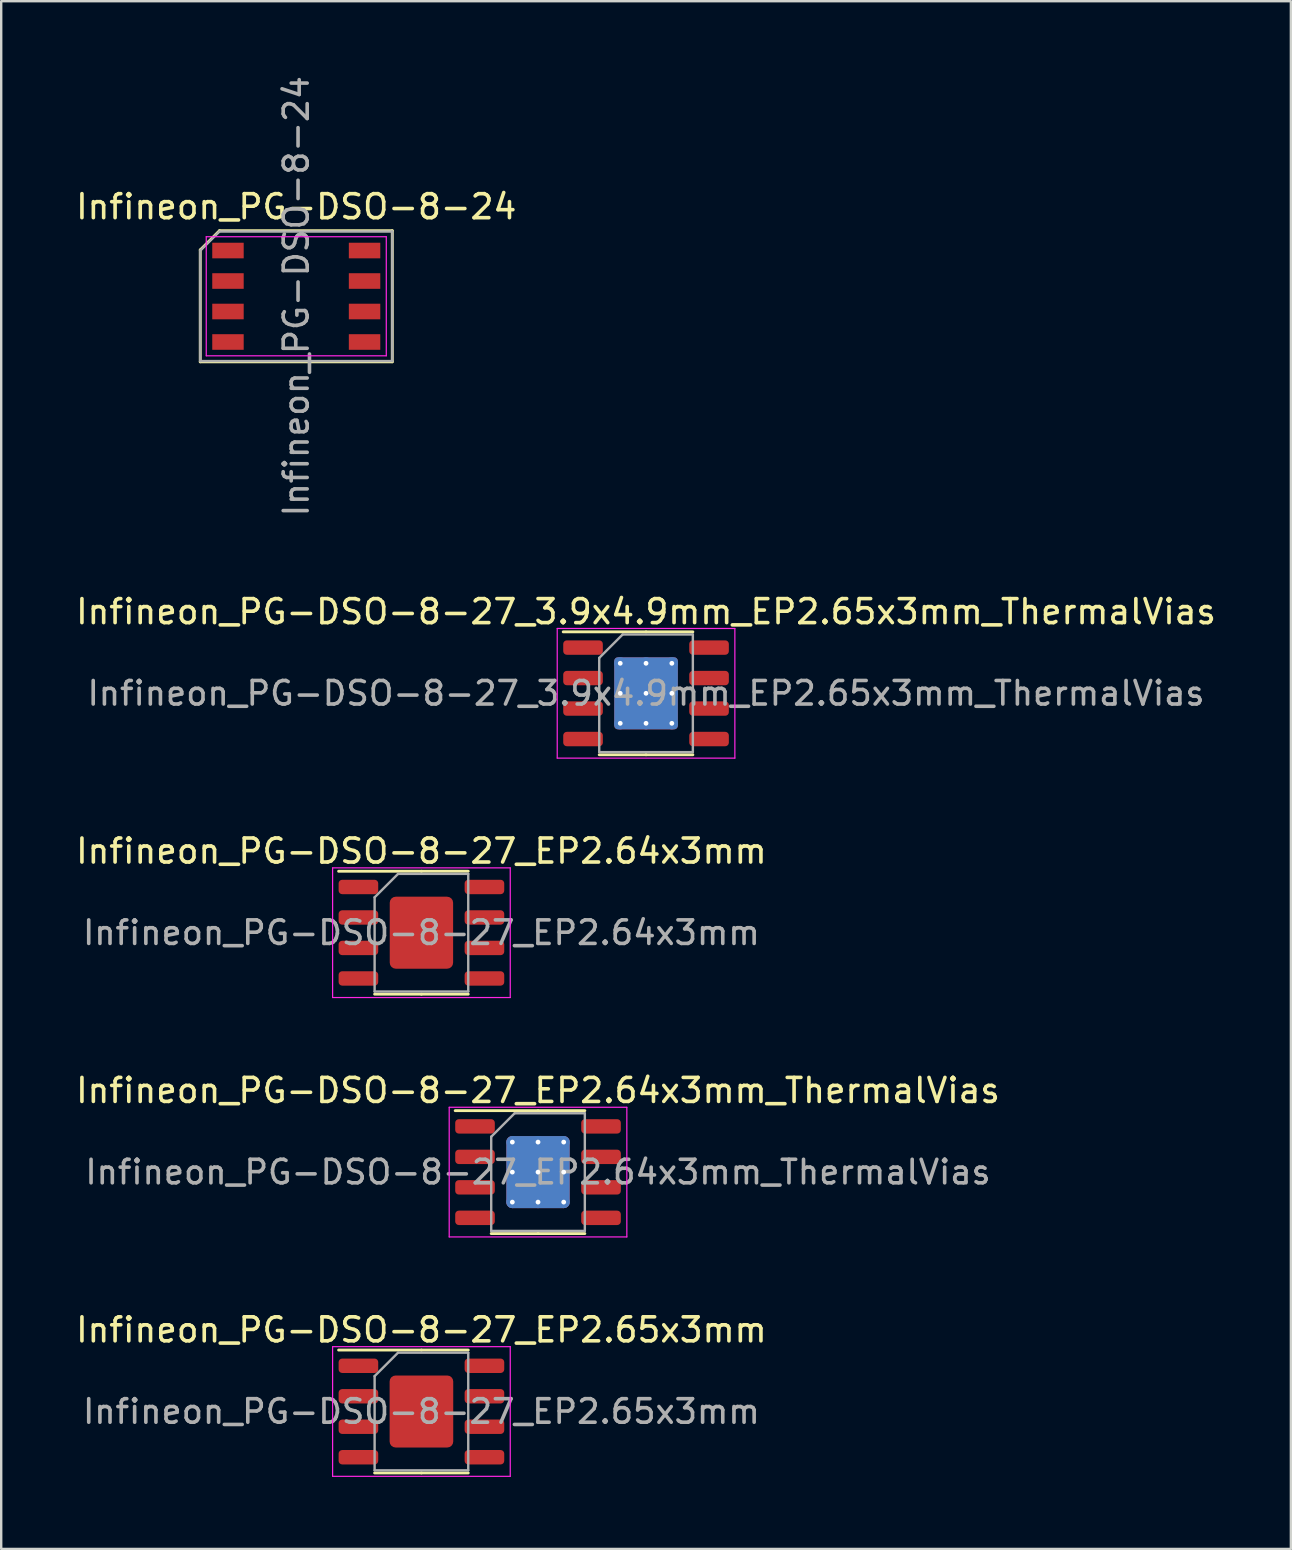
<source format=kicad_pcb>
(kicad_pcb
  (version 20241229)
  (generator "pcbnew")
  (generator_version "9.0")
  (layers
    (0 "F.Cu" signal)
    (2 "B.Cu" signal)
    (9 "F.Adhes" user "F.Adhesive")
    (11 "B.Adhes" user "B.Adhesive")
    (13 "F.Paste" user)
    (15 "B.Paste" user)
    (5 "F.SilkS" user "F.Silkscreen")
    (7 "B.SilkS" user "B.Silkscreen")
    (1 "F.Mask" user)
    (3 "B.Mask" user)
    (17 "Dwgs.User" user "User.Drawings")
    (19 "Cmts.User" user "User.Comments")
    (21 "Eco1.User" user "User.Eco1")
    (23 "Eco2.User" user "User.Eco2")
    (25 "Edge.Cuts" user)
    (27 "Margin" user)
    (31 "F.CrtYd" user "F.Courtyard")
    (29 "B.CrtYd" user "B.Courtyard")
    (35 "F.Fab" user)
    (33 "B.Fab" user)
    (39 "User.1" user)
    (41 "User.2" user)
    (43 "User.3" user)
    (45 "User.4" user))
  (footprint "Infineon_PG-DSO-8-27_EP2.64x3mm_ThermalVias"
    (layer "F.Cu")
    (at 19.363 45.778)
    (property "Reference" "Infineon_PG-DSO-8-27_EP2.64x3mm_ThermalVias" (at 0 -3.4 0) (layer "F.SilkS") (effects (font (size 1 1) (thickness 0.15))))
    (attr smd)
    (fp_line (start 0 -2.56) (end -3.45 -2.56) (stroke (width 0.12) (type solid)) (layer "F.SilkS"))
    (fp_line (start 0 -2.56) (end 1.95 -2.56) (stroke (width 0.12) (type solid)) (layer "F.SilkS"))
    (fp_line (start 0 2.56) (end -1.95 2.56) (stroke (width 0.12) (type solid)) (layer "F.SilkS"))
    (fp_line (start 0 2.56) (end 1.95 2.56) (stroke (width 0.12) (type solid)) (layer "F.SilkS"))
    (fp_line (start -3.7 -2.7) (end -3.7 2.7) (stroke (width 0.05) (type solid)) (layer "F.CrtYd"))
    (fp_line (start -3.7 2.7) (end 3.7 2.7) (stroke (width 0.05) (type solid)) (layer "F.CrtYd"))
    (fp_line (start 3.7 -2.7) (end -3.7 -2.7) (stroke (width 0.05) (type solid)) (layer "F.CrtYd"))
    (fp_line (start 3.7 2.7) (end 3.7 -2.7) (stroke (width 0.05) (type solid)) (layer "F.CrtYd"))
    (fp_line (start -1.95 -1.475) (end -0.975 -2.45) (stroke (width 0.1) (type solid)) (layer "F.Fab"))
    (fp_line (start -1.95 2.45) (end -1.95 -1.475) (stroke (width 0.1) (type solid)) (layer "F.Fab"))
    (fp_line (start -0.975 -2.45) (end 1.95 -2.45) (stroke (width 0.1) (type solid)) (layer "F.Fab"))
    (fp_line (start 1.95 -2.45) (end 1.95 2.45) (stroke (width 0.1) (type solid)) (layer "F.Fab"))
    (fp_line (start 1.95 2.45) (end -1.95 2.45) (stroke (width 0.1) (type solid)) (layer "F.Fab"))
    (fp_text user "${REFERENCE}" (at 0 0 0) (layer "F.Fab") (effects (font (size 0.98 0.98) (thickness 0.15))))
    (pad "" smd roundrect (at -0.66 -0.75) (size 1.1 1.25) (layers "F.Paste") (roundrect_rratio 0.227))
    (pad "" smd roundrect (at -0.66 0.75) (size 1.1 1.25) (layers "F.Paste") (roundrect_rratio 0.227))
    (pad "" smd roundrect (at 0.66 -0.75) (size 1.1 1.25) (layers "F.Paste") (roundrect_rratio 0.227))
    (pad "" smd roundrect (at 0.66 0.75) (size 1.1 1.25) (layers "F.Paste") (roundrect_rratio 0.227))
    (pad "1" smd roundrect (at -2.625 -1.905) (size 1.65 0.6) (layers "F.Cu" "F.Mask" "F.Paste") (roundrect_rratio 0.25))
    (pad "2" smd roundrect (at -2.625 -0.635) (size 1.65 0.6) (layers "F.Cu" "F.Mask" "F.Paste") (roundrect_rratio 0.25))
    (pad "3" smd roundrect (at -2.625 0.635) (size 1.65 0.6) (layers "F.Cu" "F.Mask" "F.Paste") (roundrect_rratio 0.25))
    (pad "4" smd roundrect (at -2.625 1.905) (size 1.65 0.6) (layers "F.Cu" "F.Mask" "F.Paste") (roundrect_rratio 0.25))
    (pad "5" smd roundrect (at 2.625 1.905) (size 1.65 0.6) (layers "F.Cu" "F.Mask" "F.Paste") (roundrect_rratio 0.25))
    (pad "6" smd roundrect (at 2.625 0.635) (size 1.65 0.6) (layers "F.Cu" "F.Mask" "F.Paste") (roundrect_rratio 0.25))
    (pad "7" smd roundrect (at 2.625 -0.635) (size 1.65 0.6) (layers "F.Cu" "F.Mask" "F.Paste") (roundrect_rratio 0.25))
    (pad "8" smd roundrect (at 2.625 -1.905) (size 1.65 0.6) (layers "F.Cu" "F.Mask" "F.Paste") (roundrect_rratio 0.25))
    (pad "9" thru_hole circle (at -1.07 -1.25) (size 0.5 0.5) (drill 0.2) (layers "*.Cu"))
    (pad "9" thru_hole circle (at -1.07 0) (size 0.5 0.5) (drill 0.2) (layers "*.Cu"))
    (pad "9" thru_hole circle (at -1.07 1.25) (size 0.5 0.5) (drill 0.2) (layers "*.Cu"))
    (pad "9" thru_hole circle (at 0 -1.25) (size 0.5 0.5) (drill 0.2) (layers "*.Cu"))
    (pad "9" thru_hole circle (at 0 0) (size 0.5 0.5) (drill 0.2) (layers "*.Cu"))
    (pad "9" smd roundrect (at 0 0) (size 2.64 3) (layers "F.Cu" "F.Mask") (roundrect_rratio 0.095))
    (pad "9" smd roundrect (at 0 0) (size 2.64 3) (layers "B.Cu") (roundrect_rratio 0.095))
    (pad "9" thru_hole circle (at 0 1.25) (size 0.5 0.5) (drill 0.2) (layers "*.Cu"))
    (pad "9" thru_hole circle (at 1.07 -1.25) (size 0.5 0.5) (drill 0.2) (layers "*.Cu"))
    (pad "9" thru_hole circle (at 1.07 0) (size 0.5 0.5) (drill 0.2) (layers "*.Cu"))
    (pad "9" thru_hole circle (at 1.07 1.25) (size 0.5 0.5) (drill 0.2) (layers "*.Cu")))
  (footprint "Infineon_PG-DSO-8-27_3.9x4.9mm_EP2.65x3mm_ThermalVias"
    (layer "F.Cu")
    (at 23.863 25.832)
    (property "Reference" "Infineon_PG-DSO-8-27_3.9x4.9mm_EP2.65x3mm_ThermalVias" (at 0 -3.4 0) (layer "F.SilkS") (effects (font (size 1 1) (thickness 0.15))))
    (attr smd)
    (fp_line (start 0 -2.56) (end -3.45 -2.56) (stroke (width 0.12) (type solid)) (layer "F.SilkS"))
    (fp_line (start 0 -2.56) (end 1.95 -2.56) (stroke (width 0.12) (type solid)) (layer "F.SilkS"))
    (fp_line (start 0 2.56) (end -1.95 2.56) (stroke (width 0.12) (type solid)) (layer "F.SilkS"))
    (fp_line (start 0 2.56) (end 1.95 2.56) (stroke (width 0.12) (type solid)) (layer "F.SilkS"))
    (fp_line (start -3.7 -2.7) (end -3.7 2.7) (stroke (width 0.05) (type solid)) (layer "F.CrtYd"))
    (fp_line (start -3.7 2.7) (end 3.7 2.7) (stroke (width 0.05) (type solid)) (layer "F.CrtYd"))
    (fp_line (start 3.7 -2.7) (end -3.7 -2.7) (stroke (width 0.05) (type solid)) (layer "F.CrtYd"))
    (fp_line (start 3.7 2.7) (end 3.7 -2.7) (stroke (width 0.05) (type solid)) (layer "F.CrtYd"))
    (fp_line (start -1.95 -1.475) (end -0.975 -2.45) (stroke (width 0.1) (type solid)) (layer "F.Fab"))
    (fp_line (start -1.95 2.45) (end -1.95 -1.475) (stroke (width 0.1) (type solid)) (layer "F.Fab"))
    (fp_line (start -0.975 -2.45) (end 1.95 -2.45) (stroke (width 0.1) (type solid)) (layer "F.Fab"))
    (fp_line (start 1.95 -2.45) (end 1.95 2.45) (stroke (width 0.1) (type solid)) (layer "F.Fab"))
    (fp_line (start 1.95 2.45) (end -1.95 2.45) (stroke (width 0.1) (type solid)) (layer "F.Fab"))
    (fp_text user "${REFERENCE}" (at 0 0 0) (layer "F.Fab") (effects (font (size 0.98 0.98) (thickness 0.15))))
    (pad "" smd roundrect (at -0.66 -0.75) (size 1.11 1.25) (layers "F.Paste") (roundrect_rratio 0.225))
    (pad "" smd roundrect (at -0.66 0.75) (size 1.11 1.25) (layers "F.Paste") (roundrect_rratio 0.225))
    (pad "" smd roundrect (at 0.66 -0.75) (size 1.11 1.25) (layers "F.Paste") (roundrect_rratio 0.225))
    (pad "" smd roundrect (at 0.66 0.75) (size 1.11 1.25) (layers "F.Paste") (roundrect_rratio 0.225))
    (pad "1" smd roundrect (at -2.625 -1.905) (size 1.65 0.6) (layers "F.Cu" "F.Mask" "F.Paste") (roundrect_rratio 0.25))
    (pad "2" smd roundrect (at -2.625 -0.635) (size 1.65 0.6) (layers "F.Cu" "F.Mask" "F.Paste") (roundrect_rratio 0.25))
    (pad "3" smd roundrect (at -2.625 0.635) (size 1.65 0.6) (layers "F.Cu" "F.Mask" "F.Paste") (roundrect_rratio 0.25))
    (pad "4" smd roundrect (at -2.625 1.905) (size 1.65 0.6) (layers "F.Cu" "F.Mask" "F.Paste") (roundrect_rratio 0.25))
    (pad "5" smd roundrect (at 2.625 1.905) (size 1.65 0.6) (layers "F.Cu" "F.Mask" "F.Paste") (roundrect_rratio 0.25))
    (pad "6" smd roundrect (at 2.625 0.635) (size 1.65 0.6) (layers "F.Cu" "F.Mask" "F.Paste") (roundrect_rratio 0.25))
    (pad "7" smd roundrect (at 2.625 -0.635) (size 1.65 0.6) (layers "F.Cu" "F.Mask" "F.Paste") (roundrect_rratio 0.25))
    (pad "8" smd roundrect (at 2.625 -1.905) (size 1.65 0.6) (layers "F.Cu" "F.Mask" "F.Paste") (roundrect_rratio 0.25))
    (pad "9" thru_hole circle (at -1.075 -1.25) (size 0.5 0.5) (drill 0.2) (layers "*.Cu"))
    (pad "9" thru_hole circle (at -1.075 0) (size 0.5 0.5) (drill 0.2) (layers "*.Cu"))
    (pad "9" thru_hole circle (at -1.075 1.25) (size 0.5 0.5) (drill 0.2) (layers "*.Cu"))
    (pad "9" thru_hole circle (at 0 -1.25) (size 0.5 0.5) (drill 0.2) (layers "*.Cu"))
    (pad "9" thru_hole circle (at 0 0) (size 0.5 0.5) (drill 0.2) (layers "*.Cu"))
    (pad "9" smd roundrect (at 0 0) (size 2.65 3) (layers "F.Cu" "F.Mask") (roundrect_rratio 0.057))
    (pad "9" smd roundrect (at 0 0) (size 2.65 3) (layers "B.Cu") (roundrect_rratio 0.057))
    (pad "9" thru_hole circle (at 0 1.25) (size 0.5 0.5) (drill 0.2) (layers "*.Cu"))
    (pad "9" thru_hole circle (at 1.075 -1.25) (size 0.5 0.5) (drill 0.2) (layers "*.Cu"))
    (pad "9" thru_hole circle (at 1.075 0) (size 0.5 0.5) (drill 0.2) (layers "*.Cu"))
    (pad "9" thru_hole circle (at 1.075 1.25) (size 0.5 0.5) (drill 0.2) (layers "*.Cu")))
  (footprint "Infineon_PG-DSO-8-24"
    (layer "F.Cu")
    (at 9.292 9.292)
    (property "Reference" "Infineon_PG-DSO-8-24" (at 0 -3.73 0) (layer "F.SilkS") (effects (font (size 1 1) (thickness 0.15))))
    (attr smd)
    (fp_line (start -4 -1.93) (end -3.2 -2.73) (stroke (width 0.12) (type solid)) (layer "F.SilkS"))
    (fp_line (start -4 2.73) (end -4 -1.93) (stroke (width 0.12) (type solid)) (layer "F.SilkS"))
    (fp_line (start -3.2 -2.73) (end 4 -2.73) (stroke (width 0.12) (type solid)) (layer "F.SilkS"))
    (fp_line (start 4 -2.73) (end 4 2.73) (stroke (width 0.12) (type solid)) (layer "F.SilkS"))
    (fp_line (start 4 2.73) (end -4 2.73) (stroke (width 0.12) (type solid)) (layer "F.SilkS"))
    (fp_line (start -3.75 -2.48) (end 3.75 -2.48) (stroke (width 0.05) (type solid)) (layer "F.CrtYd"))
    (fp_line (start -3.75 2.48) (end -3.75 -2.48) (stroke (width 0.05) (type solid)) (layer "F.CrtYd"))
    (fp_line (start 3.75 -2.48) (end 3.75 2.48) (stroke (width 0.05) (type solid)) (layer "F.CrtYd"))
    (fp_line (start 3.75 2.48) (end -3.75 2.48) (stroke (width 0.05) (type solid)) (layer "F.CrtYd"))
    (fp_line (start -4 -1.9) (end -3.2 -2.7) (stroke (width 0.1) (type solid)) (layer "F.Fab"))
    (fp_line (start -4 2.7) (end -4 -1.9) (stroke (width 0.1) (type solid)) (layer "F.Fab"))
    (fp_line (start -3.2 -2.7) (end 4 -2.7) (stroke (width 0.1) (type solid)) (layer "F.Fab"))
    (fp_line (start 4 -2.7) (end 4 2.7) (stroke (width 0.1) (type solid)) (layer "F.Fab"))
    (fp_line (start 4 2.7) (end -4 2.7) (stroke (width 0.1) (type solid)) (layer "F.Fab"))
    (fp_text user "${REFERENCE}" (at 0 0 270) (layer "F.Fab") (effects (font (size 1 1) (thickness 0.15))))
    (pad "1" smd rect (at -2.845 -1.905 270) (size 0.65 1.31) (layers "F.Cu" "F.Mask" "F.Paste"))
    (pad "2" smd rect (at -2.845 -0.635 270) (size 0.65 1.31) (layers "F.Cu" "F.Mask" "F.Paste"))
    (pad "3" smd rect (at -2.845 0.635 270) (size 0.65 1.31) (layers "F.Cu" "F.Mask" "F.Paste"))
    (pad "4" smd rect (at -2.845 1.905 270) (size 0.65 1.31) (layers "F.Cu" "F.Mask" "F.Paste"))
    (pad "5" smd rect (at 2.845 1.905 270) (size 0.65 1.31) (layers "F.Cu" "F.Mask" "F.Paste"))
    (pad "6" smd rect (at 2.845 0.635 270) (size 0.65 1.31) (layers "F.Cu" "F.Mask" "F.Paste"))
    (pad "7" smd rect (at 2.845 -0.635 270) (size 0.65 1.31) (layers "F.Cu" "F.Mask" "F.Paste"))
    (pad "8" smd rect (at 2.845 -1.905 270) (size 0.65 1.31) (layers "F.Cu" "F.Mask" "F.Paste")))
  (footprint "Infineon_PG-DSO-8-27_EP2.65x3mm"
    (layer "F.Cu")
    (at 14.506 55.751)
    (property "Reference" "Infineon_PG-DSO-8-27_EP2.65x3mm" (at 0 -3.4 0) (layer "F.SilkS") (effects (font (size 1 1) (thickness 0.15))))
    (attr smd)
    (fp_line (start 0 -2.56) (end -3.45 -2.56) (stroke (width 0.12) (type solid)) (layer "F.SilkS"))
    (fp_line (start 0 -2.56) (end 1.95 -2.56) (stroke (width 0.12) (type solid)) (layer "F.SilkS"))
    (fp_line (start 0 2.56) (end -1.95 2.56) (stroke (width 0.12) (type solid)) (layer "F.SilkS"))
    (fp_line (start 0 2.56) (end 1.95 2.56) (stroke (width 0.12) (type solid)) (layer "F.SilkS"))
    (fp_line (start -3.7 -2.7) (end -3.7 2.7) (stroke (width 0.05) (type solid)) (layer "F.CrtYd"))
    (fp_line (start -3.7 2.7) (end 3.7 2.7) (stroke (width 0.05) (type solid)) (layer "F.CrtYd"))
    (fp_line (start 3.7 -2.7) (end -3.7 -2.7) (stroke (width 0.05) (type solid)) (layer "F.CrtYd"))
    (fp_line (start 3.7 2.7) (end 3.7 -2.7) (stroke (width 0.05) (type solid)) (layer "F.CrtYd"))
    (fp_line (start -1.95 -1.475) (end -0.975 -2.45) (stroke (width 0.1) (type solid)) (layer "F.Fab"))
    (fp_line (start -1.95 2.45) (end -1.95 -1.475) (stroke (width 0.1) (type solid)) (layer "F.Fab"))
    (fp_line (start -0.975 -2.45) (end 1.95 -2.45) (stroke (width 0.1) (type solid)) (layer "F.Fab"))
    (fp_line (start 1.95 -2.45) (end 1.95 2.45) (stroke (width 0.1) (type solid)) (layer "F.Fab"))
    (fp_line (start 1.95 2.45) (end -1.95 2.45) (stroke (width 0.1) (type solid)) (layer "F.Fab"))
    (fp_text user "${REFERENCE}" (at 0 0 0) (layer "F.Fab") (effects (font (size 0.98 0.98) (thickness 0.15))))
    (pad "" smd roundrect (at -0.66 -0.75) (size 1.07 1.21) (layers "F.Paste") (roundrect_rratio 0.234))
    (pad "" smd roundrect (at -0.66 0.75) (size 1.07 1.21) (layers "F.Paste") (roundrect_rratio 0.234))
    (pad "" smd roundrect (at 0.66 -0.75) (size 1.07 1.21) (layers "F.Paste") (roundrect_rratio 0.234))
    (pad "" smd roundrect (at 0.66 0.75) (size 1.07 1.21) (layers "F.Paste") (roundrect_rratio 0.234))
    (pad "1" smd roundrect (at -2.625 -1.905) (size 1.65 0.6) (layers "F.Cu" "F.Mask" "F.Paste") (roundrect_rratio 0.25))
    (pad "2" smd roundrect (at -2.625 -0.635) (size 1.65 0.6) (layers "F.Cu" "F.Mask" "F.Paste") (roundrect_rratio 0.25))
    (pad "3" smd roundrect (at -2.625 0.635) (size 1.65 0.6) (layers "F.Cu" "F.Mask" "F.Paste") (roundrect_rratio 0.25))
    (pad "4" smd roundrect (at -2.625 1.905) (size 1.65 0.6) (layers "F.Cu" "F.Mask" "F.Paste") (roundrect_rratio 0.25))
    (pad "5" smd roundrect (at 2.625 1.905) (size 1.65 0.6) (layers "F.Cu" "F.Mask" "F.Paste") (roundrect_rratio 0.25))
    (pad "6" smd roundrect (at 2.625 0.635) (size 1.65 0.6) (layers "F.Cu" "F.Mask" "F.Paste") (roundrect_rratio 0.25))
    (pad "7" smd roundrect (at 2.625 -0.635) (size 1.65 0.6) (layers "F.Cu" "F.Mask" "F.Paste") (roundrect_rratio 0.25))
    (pad "8" smd roundrect (at 2.625 -1.905) (size 1.65 0.6) (layers "F.Cu" "F.Mask" "F.Paste") (roundrect_rratio 0.25))
    (pad "9" smd roundrect (at 0 0) (size 2.65 3) (layers "F.Cu" "F.Mask") (roundrect_rratio 0.094)))
  (footprint "Infineon_PG-DSO-8-27_EP2.64x3mm"
    (layer "F.Cu")
    (at 14.506 35.805)
    (property "Reference" "Infineon_PG-DSO-8-27_EP2.64x3mm" (at 0 -3.4 0) (layer "F.SilkS") (effects (font (size 1 1) (thickness 0.15))))
    (attr smd)
    (fp_line (start 0 -2.56) (end -3.45 -2.56) (stroke (width 0.12) (type solid)) (layer "F.SilkS"))
    (fp_line (start 0 -2.56) (end 1.95 -2.56) (stroke (width 0.12) (type solid)) (layer "F.SilkS"))
    (fp_line (start 0 2.56) (end -1.95 2.56) (stroke (width 0.12) (type solid)) (layer "F.SilkS"))
    (fp_line (start 0 2.56) (end 1.95 2.56) (stroke (width 0.12) (type solid)) (layer "F.SilkS"))
    (fp_line (start -3.7 -2.7) (end -3.7 2.7) (stroke (width 0.05) (type solid)) (layer "F.CrtYd"))
    (fp_line (start -3.7 2.7) (end 3.7 2.7) (stroke (width 0.05) (type solid)) (layer "F.CrtYd"))
    (fp_line (start 3.7 -2.7) (end -3.7 -2.7) (stroke (width 0.05) (type solid)) (layer "F.CrtYd"))
    (fp_line (start 3.7 2.7) (end 3.7 -2.7) (stroke (width 0.05) (type solid)) (layer "F.CrtYd"))
    (fp_line (start -1.95 -1.475) (end -0.975 -2.45) (stroke (width 0.1) (type solid)) (layer "F.Fab"))
    (fp_line (start -1.95 2.45) (end -1.95 -1.475) (stroke (width 0.1) (type solid)) (layer "F.Fab"))
    (fp_line (start -0.975 -2.45) (end 1.95 -2.45) (stroke (width 0.1) (type solid)) (layer "F.Fab"))
    (fp_line (start 1.95 -2.45) (end 1.95 2.45) (stroke (width 0.1) (type solid)) (layer "F.Fab"))
    (fp_line (start 1.95 2.45) (end -1.95 2.45) (stroke (width 0.1) (type solid)) (layer "F.Fab"))
    (fp_text user "${REFERENCE}" (at 0 0 0) (layer "F.Fab") (effects (font (size 0.98 0.98) (thickness 0.15))))
    (pad "" smd roundrect (at -0.66 -0.75) (size 1.06 1.21) (layers "F.Paste") (roundrect_rratio 0.236))
    (pad "" smd roundrect (at -0.66 0.75) (size 1.06 1.21) (layers "F.Paste") (roundrect_rratio 0.236))
    (pad "" smd roundrect (at 0.66 -0.75) (size 1.06 1.21) (layers "F.Paste") (roundrect_rratio 0.236))
    (pad "" smd roundrect (at 0.66 0.75) (size 1.06 1.21) (layers "F.Paste") (roundrect_rratio 0.236))
    (pad "1" smd roundrect (at -2.625 -1.905) (size 1.65 0.6) (layers "F.Cu" "F.Mask" "F.Paste") (roundrect_rratio 0.25))
    (pad "2" smd roundrect (at -2.625 -0.635) (size 1.65 0.6) (layers "F.Cu" "F.Mask" "F.Paste") (roundrect_rratio 0.25))
    (pad "3" smd roundrect (at -2.625 0.635) (size 1.65 0.6) (layers "F.Cu" "F.Mask" "F.Paste") (roundrect_rratio 0.25))
    (pad "4" smd roundrect (at -2.625 1.905) (size 1.65 0.6) (layers "F.Cu" "F.Mask" "F.Paste") (roundrect_rratio 0.25))
    (pad "5" smd roundrect (at 2.625 1.905) (size 1.65 0.6) (layers "F.Cu" "F.Mask" "F.Paste") (roundrect_rratio 0.25))
    (pad "6" smd roundrect (at 2.625 0.635) (size 1.65 0.6) (layers "F.Cu" "F.Mask" "F.Paste") (roundrect_rratio 0.25))
    (pad "7" smd roundrect (at 2.625 -0.635) (size 1.65 0.6) (layers "F.Cu" "F.Mask" "F.Paste") (roundrect_rratio 0.25))
    (pad "8" smd roundrect (at 2.625 -1.905) (size 1.65 0.6) (layers "F.Cu" "F.Mask" "F.Paste") (roundrect_rratio 0.25))
    (pad "9" smd roundrect (at 0 0) (size 2.64 3) (layers "F.Cu" "F.Mask") (roundrect_rratio 0.095)))
  (gr_rect
    (start -3 -3)
    (end 50.726 61.476)
    (stroke (width 0.1) (type default))
    (fill no)
    (layer "Edge.Cuts")))
</source>
